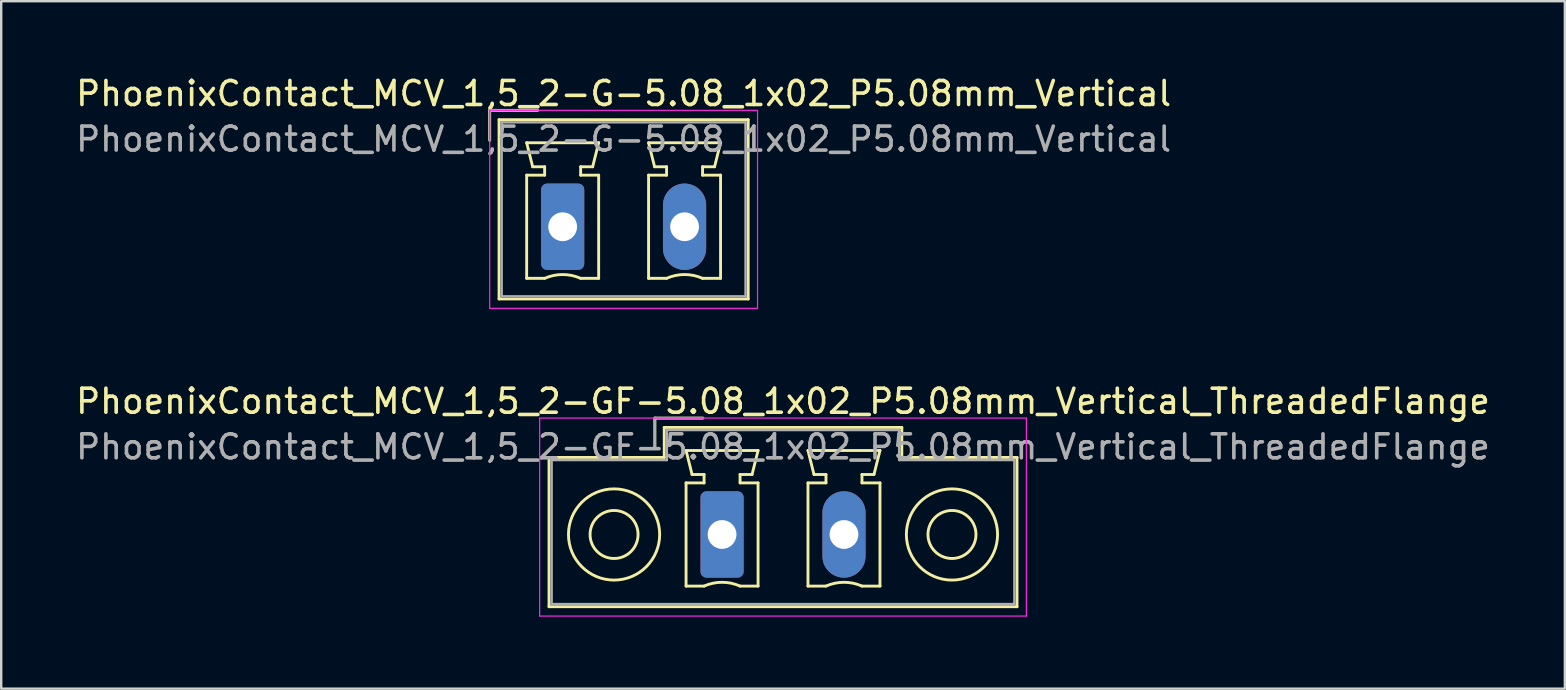
<source format=kicad_pcb>
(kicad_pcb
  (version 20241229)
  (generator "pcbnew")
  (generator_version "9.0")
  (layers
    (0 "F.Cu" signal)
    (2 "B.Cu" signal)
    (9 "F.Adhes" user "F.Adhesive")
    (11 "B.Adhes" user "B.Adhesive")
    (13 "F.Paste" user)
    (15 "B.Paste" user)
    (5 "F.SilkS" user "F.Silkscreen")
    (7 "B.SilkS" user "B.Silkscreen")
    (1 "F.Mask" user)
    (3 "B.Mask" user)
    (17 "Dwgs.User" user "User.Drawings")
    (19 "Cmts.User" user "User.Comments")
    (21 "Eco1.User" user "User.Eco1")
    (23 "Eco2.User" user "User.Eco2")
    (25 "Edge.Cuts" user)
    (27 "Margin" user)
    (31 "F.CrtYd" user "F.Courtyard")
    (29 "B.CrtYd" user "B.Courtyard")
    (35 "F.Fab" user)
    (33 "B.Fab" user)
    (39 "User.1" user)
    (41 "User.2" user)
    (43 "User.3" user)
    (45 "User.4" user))
  (footprint "PhoenixContact_MCV_1,5_2-G-5.08_1x02_P5.08mm_Vertical"
    (layer "F.Cu")
    (at 20.395 6.398)
    (property "Reference" "PhoenixContact_MCV_1,5_2-G-5.08_1x02_P5.08mm_Vertical" (at 2.54 -5.55 0) (layer "F.SilkS") (effects (font (size 1 1) (thickness 0.15))))
    (attr through_hole)
    (fp_line (start -3.04 -4.85) (end -1.04 -4.85) (stroke (width 0.12) (type solid)) (layer "F.SilkS"))
    (fp_line (start -3.04 -3.6) (end -3.04 -4.85) (stroke (width 0.12) (type solid)) (layer "F.SilkS"))
    (fp_line (start -2.65 -4.46) (end -2.65 3.01) (stroke (width 0.12) (type solid)) (layer "F.SilkS"))
    (fp_line (start -2.65 3.01) (end 7.73 3.01) (stroke (width 0.12) (type solid)) (layer "F.SilkS"))
    (fp_line (start -1.5 -3.5) (end 1.5 -3.5) (stroke (width 0.12) (type solid)) (layer "F.SilkS"))
    (fp_line (start -1.5 -2.15) (end -0.75 -2.15) (stroke (width 0.12) (type solid)) (layer "F.SilkS"))
    (fp_line (start -1.5 2.15) (end -1.5 -2.15) (stroke (width 0.12) (type solid)) (layer "F.SilkS"))
    (fp_line (start -1.25 -2.5) (end -1.5 -3.5) (stroke (width 0.12) (type solid)) (layer "F.SilkS"))
    (fp_line (start -0.75 -2.5) (end -1.25 -2.5) (stroke (width 0.12) (type solid)) (layer "F.SilkS"))
    (fp_line (start -0.75 -2.15) (end -0.75 -2.5) (stroke (width 0.12) (type solid)) (layer "F.SilkS"))
    (fp_line (start -0.75 2.15) (end -1.5 2.15) (stroke (width 0.12) (type solid)) (layer "F.SilkS"))
    (fp_line (start 0.75 -2.5) (end 0.75 -2.15) (stroke (width 0.12) (type solid)) (layer "F.SilkS"))
    (fp_line (start 0.75 -2.15) (end 1.5 -2.15) (stroke (width 0.12) (type solid)) (layer "F.SilkS"))
    (fp_line (start 1.25 -2.5) (end 0.75 -2.5) (stroke (width 0.12) (type solid)) (layer "F.SilkS"))
    (fp_line (start 1.5 -3.5) (end 1.25 -2.5) (stroke (width 0.12) (type solid)) (layer "F.SilkS"))
    (fp_line (start 1.5 -2.15) (end 1.5 2.15) (stroke (width 0.12) (type solid)) (layer "F.SilkS"))
    (fp_line (start 1.5 2.15) (end 0.75 2.15) (stroke (width 0.12) (type solid)) (layer "F.SilkS"))
    (fp_line (start 3.58 -3.5) (end 6.58 -3.5) (stroke (width 0.12) (type solid)) (layer "F.SilkS"))
    (fp_line (start 3.58 -2.15) (end 4.33 -2.15) (stroke (width 0.12) (type solid)) (layer "F.SilkS"))
    (fp_line (start 3.58 2.15) (end 3.58 -2.15) (stroke (width 0.12) (type solid)) (layer "F.SilkS"))
    (fp_line (start 3.83 -2.5) (end 3.58 -3.5) (stroke (width 0.12) (type solid)) (layer "F.SilkS"))
    (fp_line (start 4.33 -2.5) (end 3.83 -2.5) (stroke (width 0.12) (type solid)) (layer "F.SilkS"))
    (fp_line (start 4.33 -2.15) (end 4.33 -2.5) (stroke (width 0.12) (type solid)) (layer "F.SilkS"))
    (fp_line (start 4.33 2.15) (end 3.58 2.15) (stroke (width 0.12) (type solid)) (layer "F.SilkS"))
    (fp_line (start 5.83 -2.5) (end 5.83 -2.15) (stroke (width 0.12) (type solid)) (layer "F.SilkS"))
    (fp_line (start 5.83 -2.15) (end 6.58 -2.15) (stroke (width 0.12) (type solid)) (layer "F.SilkS"))
    (fp_line (start 6.33 -2.5) (end 5.83 -2.5) (stroke (width 0.12) (type solid)) (layer "F.SilkS"))
    (fp_line (start 6.58 -3.5) (end 6.33 -2.5) (stroke (width 0.12) (type solid)) (layer "F.SilkS"))
    (fp_line (start 6.58 -2.15) (end 6.58 2.15) (stroke (width 0.12) (type solid)) (layer "F.SilkS"))
    (fp_line (start 6.58 2.15) (end 5.83 2.15) (stroke (width 0.12) (type solid)) (layer "F.SilkS"))
    (fp_line (start 7.73 -4.46) (end -2.65 -4.46) (stroke (width 0.12) (type solid)) (layer "F.SilkS"))
    (fp_line (start 7.73 3.01) (end 7.73 -4.46) (stroke (width 0.12) (type solid)) (layer "F.SilkS"))
    (fp_arc (start -0.75 2.15) (mid -0.000193 1.99191) (end 0.749647 2.149844) (stroke (width 0.12) (type solid)) (layer "F.SilkS"))
    (fp_arc (start 4.33 2.15) (mid 5.079807 1.99191) (end 5.829647 2.149844) (stroke (width 0.12) (type solid)) (layer "F.SilkS"))
    (fp_line (start -3.04 -4.85) (end -3.04 3.4) (stroke (width 0.05) (type solid)) (layer "F.CrtYd"))
    (fp_line (start -3.04 3.4) (end 8.12 3.4) (stroke (width 0.05) (type solid)) (layer "F.CrtYd"))
    (fp_line (start 8.12 -4.85) (end -3.04 -4.85) (stroke (width 0.05) (type solid)) (layer "F.CrtYd"))
    (fp_line (start 8.12 3.4) (end 8.12 -4.85) (stroke (width 0.05) (type solid)) (layer "F.CrtYd"))
    (fp_line (start -3.04 -4.85) (end -1.04 -4.85) (stroke (width 0.1) (type solid)) (layer "F.Fab"))
    (fp_line (start -3.04 -3.6) (end -3.04 -4.85) (stroke (width 0.1) (type solid)) (layer "F.Fab"))
    (fp_line (start -2.54 -4.35) (end -2.54 2.9) (stroke (width 0.1) (type solid)) (layer "F.Fab"))
    (fp_line (start -2.54 2.9) (end 7.62 2.9) (stroke (width 0.1) (type solid)) (layer "F.Fab"))
    (fp_line (start 7.62 -4.35) (end -2.54 -4.35) (stroke (width 0.1) (type solid)) (layer "F.Fab"))
    (fp_line (start 7.62 2.9) (end 7.62 -4.35) (stroke (width 0.1) (type solid)) (layer "F.Fab"))
    (fp_text user "${REFERENCE}" (at 2.54 -3.65 0) (layer "F.Fab") (effects (font (size 1 1) (thickness 0.15))))
    (pad "1" thru_hole roundrect (at 0 0) (size 1.8 3.6) (drill 1.2) (layers "*.Cu" "*.Mask") (roundrect_rratio 0.139))
    (pad "2" thru_hole oval (at 5.08 0) (size 1.8 3.6) (drill 1.2) (layers "*.Cu" "*.Mask")))
  (footprint "PhoenixContact_MCV_1,5_2-GF-5.08_1x02_P5.08mm_Vertical_ThreadedFlange"
    (layer "F.Cu")
    (at 27.037 19.221)
    (property "Reference" "PhoenixContact_MCV_1,5_2-GF-5.08_1x02_P5.08mm_Vertical_ThreadedFlange" (at 2.54 -5.55 0) (layer "F.SilkS") (effects (font (size 1 1) (thickness 0.15))))
    (attr through_hole)
    (fp_line (start -7.21 -3.21) (end -7.21 3.01) (stroke (width 0.12) (type solid)) (layer "F.SilkS"))
    (fp_line (start -7.21 3.01) (end 12.29 3.01) (stroke (width 0.12) (type solid)) (layer "F.SilkS"))
    (fp_line (start -2.8 -4.85) (end -0.8 -4.85) (stroke (width 0.12) (type solid)) (layer "F.SilkS"))
    (fp_line (start -2.8 -3.6) (end -2.8 -4.85) (stroke (width 0.12) (type solid)) (layer "F.SilkS"))
    (fp_line (start -2.41 -4.46) (end -2.41 -3.21) (stroke (width 0.12) (type solid)) (layer "F.SilkS"))
    (fp_line (start -2.41 -3.21) (end -7.21 -3.21) (stroke (width 0.12) (type solid)) (layer "F.SilkS"))
    (fp_line (start -1.5 -3.5) (end 1.5 -3.5) (stroke (width 0.12) (type solid)) (layer "F.SilkS"))
    (fp_line (start -1.5 -2.15) (end -0.75 -2.15) (stroke (width 0.12) (type solid)) (layer "F.SilkS"))
    (fp_line (start -1.5 2.15) (end -1.5 -2.15) (stroke (width 0.12) (type solid)) (layer "F.SilkS"))
    (fp_line (start -1.25 -2.5) (end -1.5 -3.5) (stroke (width 0.12) (type solid)) (layer "F.SilkS"))
    (fp_line (start -0.75 -2.5) (end -1.25 -2.5) (stroke (width 0.12) (type solid)) (layer "F.SilkS"))
    (fp_line (start -0.75 -2.15) (end -0.75 -2.5) (stroke (width 0.12) (type solid)) (layer "F.SilkS"))
    (fp_line (start -0.75 2.15) (end -1.5 2.15) (stroke (width 0.12) (type solid)) (layer "F.SilkS"))
    (fp_line (start 0.75 -2.5) (end 0.75 -2.15) (stroke (width 0.12) (type solid)) (layer "F.SilkS"))
    (fp_line (start 0.75 -2.15) (end 1.5 -2.15) (stroke (width 0.12) (type solid)) (layer "F.SilkS"))
    (fp_line (start 1.25 -2.5) (end 0.75 -2.5) (stroke (width 0.12) (type solid)) (layer "F.SilkS"))
    (fp_line (start 1.5 -3.5) (end 1.25 -2.5) (stroke (width 0.12) (type solid)) (layer "F.SilkS"))
    (fp_line (start 1.5 -2.15) (end 1.5 2.15) (stroke (width 0.12) (type solid)) (layer "F.SilkS"))
    (fp_line (start 1.5 2.15) (end 0.75 2.15) (stroke (width 0.12) (type solid)) (layer "F.SilkS"))
    (fp_line (start 3.58 -3.5) (end 6.58 -3.5) (stroke (width 0.12) (type solid)) (layer "F.SilkS"))
    (fp_line (start 3.58 -2.15) (end 4.33 -2.15) (stroke (width 0.12) (type solid)) (layer "F.SilkS"))
    (fp_line (start 3.58 2.15) (end 3.58 -2.15) (stroke (width 0.12) (type solid)) (layer "F.SilkS"))
    (fp_line (start 3.83 -2.5) (end 3.58 -3.5) (stroke (width 0.12) (type solid)) (layer "F.SilkS"))
    (fp_line (start 4.33 -2.5) (end 3.83 -2.5) (stroke (width 0.12) (type solid)) (layer "F.SilkS"))
    (fp_line (start 4.33 -2.15) (end 4.33 -2.5) (stroke (width 0.12) (type solid)) (layer "F.SilkS"))
    (fp_line (start 4.33 2.15) (end 3.58 2.15) (stroke (width 0.12) (type solid)) (layer "F.SilkS"))
    (fp_line (start 5.83 -2.5) (end 5.83 -2.15) (stroke (width 0.12) (type solid)) (layer "F.SilkS"))
    (fp_line (start 5.83 -2.15) (end 6.58 -2.15) (stroke (width 0.12) (type solid)) (layer "F.SilkS"))
    (fp_line (start 6.33 -2.5) (end 5.83 -2.5) (stroke (width 0.12) (type solid)) (layer "F.SilkS"))
    (fp_line (start 6.58 -3.5) (end 6.33 -2.5) (stroke (width 0.12) (type solid)) (layer "F.SilkS"))
    (fp_line (start 6.58 -2.15) (end 6.58 2.15) (stroke (width 0.12) (type solid)) (layer "F.SilkS"))
    (fp_line (start 6.58 2.15) (end 5.83 2.15) (stroke (width 0.12) (type solid)) (layer "F.SilkS"))
    (fp_line (start 7.49 -4.46) (end -2.41 -4.46) (stroke (width 0.12) (type solid)) (layer "F.SilkS"))
    (fp_line (start 7.49 -3.21) (end 7.49 -4.46) (stroke (width 0.12) (type solid)) (layer "F.SilkS"))
    (fp_line (start 12.29 -3.21) (end 7.49 -3.21) (stroke (width 0.12) (type solid)) (layer "F.SilkS"))
    (fp_line (start 12.29 3.01) (end 12.29 -3.21) (stroke (width 0.12) (type solid)) (layer "F.SilkS"))
    (fp_arc (start -0.75 2.15) (mid -0.000193 1.99191) (end 0.749647 2.149844) (stroke (width 0.12) (type solid)) (layer "F.SilkS"))
    (fp_arc (start 4.33 2.15) (mid 5.079807 1.99191) (end 5.829647 2.149844) (stroke (width 0.12) (type solid)) (layer "F.SilkS"))
    (fp_circle (center -4.5 0) (end -3.5 0) (stroke (width 0.12) (type solid)) (fill no) (layer "F.SilkS"))
    (fp_circle (center -4.5 0) (end -2.6 0) (stroke (width 0.12) (type solid)) (fill no) (layer "F.SilkS"))
    (fp_circle (center 9.58 0) (end 10.58 0) (stroke (width 0.12) (type solid)) (fill no) (layer "F.SilkS"))
    (fp_circle (center 9.58 0) (end 11.48 0) (stroke (width 0.12) (type solid)) (fill no) (layer "F.SilkS"))
    (fp_line (start -7.6 -4.85) (end -7.6 3.4) (stroke (width 0.05) (type solid)) (layer "F.CrtYd"))
    (fp_line (start -7.6 3.4) (end 12.68 3.4) (stroke (width 0.05) (type solid)) (layer "F.CrtYd"))
    (fp_line (start 12.68 -4.85) (end -7.6 -4.85) (stroke (width 0.05) (type solid)) (layer "F.CrtYd"))
    (fp_line (start 12.68 3.4) (end 12.68 -4.85) (stroke (width 0.05) (type solid)) (layer "F.CrtYd"))
    (fp_line (start -7.1 -3.1) (end -7.1 2.9) (stroke (width 0.1) (type solid)) (layer "F.Fab"))
    (fp_line (start -7.1 2.9) (end 12.18 2.9) (stroke (width 0.1) (type solid)) (layer "F.Fab"))
    (fp_line (start -2.8 -4.85) (end -0.8 -4.85) (stroke (width 0.1) (type solid)) (layer "F.Fab"))
    (fp_line (start -2.8 -3.6) (end -2.8 -4.85) (stroke (width 0.1) (type solid)) (layer "F.Fab"))
    (fp_line (start -2.3 -4.35) (end -2.3 -3.1) (stroke (width 0.1) (type solid)) (layer "F.Fab"))
    (fp_line (start -2.3 -3.1) (end -7.1 -3.1) (stroke (width 0.1) (type solid)) (layer "F.Fab"))
    (fp_line (start 7.38 -4.35) (end -2.3 -4.35) (stroke (width 0.1) (type solid)) (layer "F.Fab"))
    (fp_line (start 7.38 -3.1) (end 7.38 -4.35) (stroke (width 0.1) (type solid)) (layer "F.Fab"))
    (fp_line (start 12.18 -3.1) (end 7.38 -3.1) (stroke (width 0.1) (type solid)) (layer "F.Fab"))
    (fp_line (start 12.18 2.9) (end 12.18 -3.1) (stroke (width 0.1) (type solid)) (layer "F.Fab"))
    (fp_text user "${REFERENCE}" (at 2.54 -3.65 0) (layer "F.Fab") (effects (font (size 1 1) (thickness 0.15))))
    (pad "1" thru_hole roundrect (at 0 0) (size 1.8 3.6) (drill 1.2) (layers "*.Cu" "*.Mask") (roundrect_rratio 0.139))
    (pad "2" thru_hole oval (at 5.08 0) (size 1.8 3.6) (drill 1.2) (layers "*.Cu" "*.Mask")))
  (gr_rect
    (start -3 -3)
    (end 62.155 25.646)
    (stroke (width 0.1) (type default))
    (fill no)
    (layer "Edge.Cuts")))
</source>
